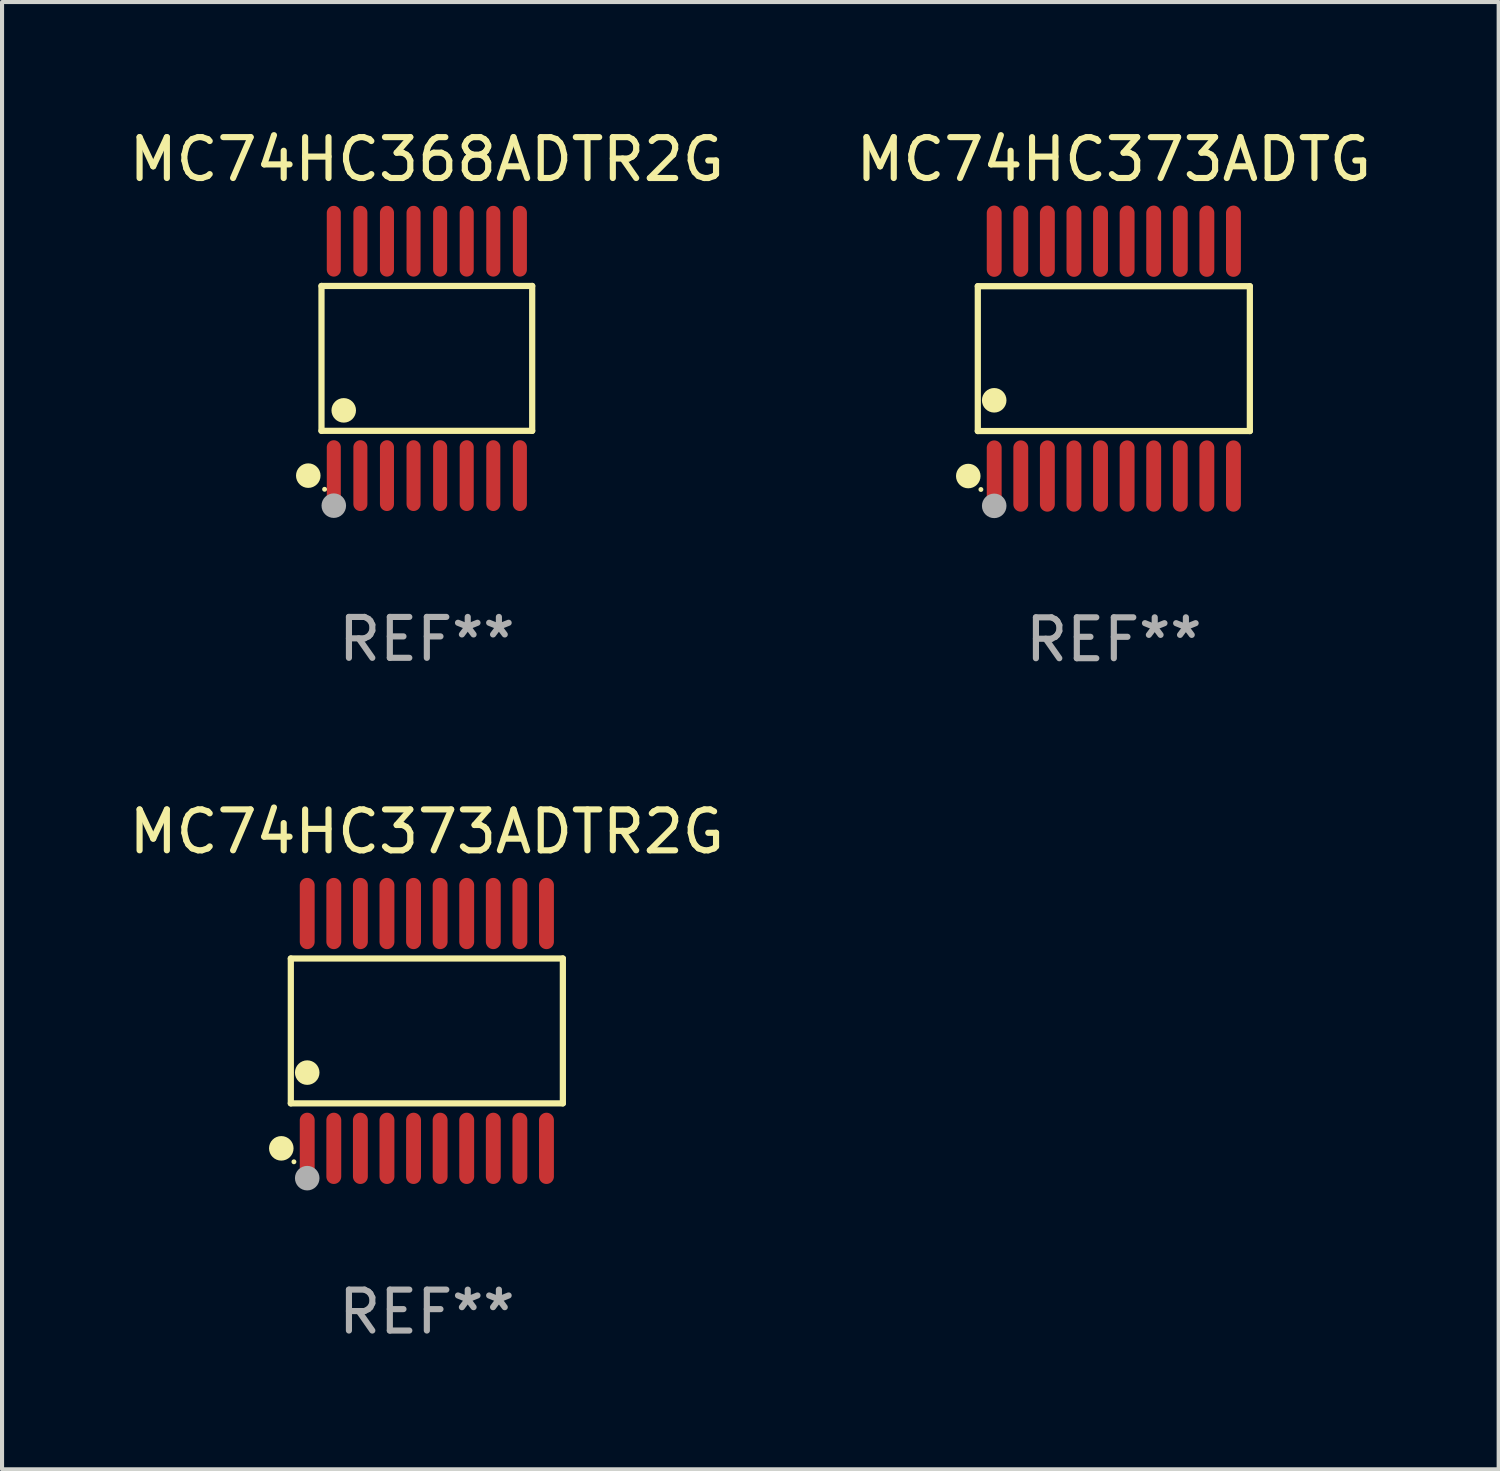
<source format=kicad_pcb>
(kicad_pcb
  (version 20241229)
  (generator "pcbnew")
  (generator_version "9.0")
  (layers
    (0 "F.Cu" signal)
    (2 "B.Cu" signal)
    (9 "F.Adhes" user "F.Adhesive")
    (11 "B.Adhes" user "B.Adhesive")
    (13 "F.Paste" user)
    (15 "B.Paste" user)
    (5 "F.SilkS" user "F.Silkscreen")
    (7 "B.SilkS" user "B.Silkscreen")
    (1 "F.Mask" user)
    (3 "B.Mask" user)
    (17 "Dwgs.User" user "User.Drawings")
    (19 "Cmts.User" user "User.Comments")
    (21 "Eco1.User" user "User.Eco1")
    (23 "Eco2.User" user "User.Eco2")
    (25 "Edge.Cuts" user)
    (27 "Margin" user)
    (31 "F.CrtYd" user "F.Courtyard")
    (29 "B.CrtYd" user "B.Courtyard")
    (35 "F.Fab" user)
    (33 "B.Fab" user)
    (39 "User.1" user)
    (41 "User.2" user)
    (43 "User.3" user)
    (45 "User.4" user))
  (footprint "MC74HC373ADTG"
    (layer "F.Cu")
    (at 24.185 5.719)
    (property "Reference" "MC74HC373ADTG" (at 0 -4.871 0) (layer "F.SilkS") (effects (font (size 1 1) (thickness 0.15))))
    (attr through_hole)
    (fp_line (start -3.326 -1.771) (end 3.326 -1.771) (stroke (width 0.152) (type solid)) (layer "F.SilkS"))
    (fp_line (start -3.326 1.771) (end -3.326 -1.771) (stroke (width 0.152) (type solid)) (layer "F.SilkS"))
    (fp_line (start 3.326 -1.771) (end 3.326 1.771) (stroke (width 0.152) (type solid)) (layer "F.SilkS"))
    (fp_line (start 3.326 1.771) (end -3.326 1.771) (stroke (width 0.152) (type solid)) (layer "F.SilkS"))
    (fp_circle (center -3.559 2.871) (end -3.409 2.871) (stroke (width 0.3) (type solid)) (fill no) (layer "F.SilkS"))
    (fp_circle (center -3.25 3.2) (end -3.22 3.2) (stroke (width 0.06) (type solid)) (fill no) (layer "F.SilkS"))
    (fp_circle (center -2.925 1.019) (end -2.775 1.019) (stroke (width 0.3) (type solid)) (fill no) (layer "F.SilkS"))
    (fp_circle (center -2.925 3.6) (end -2.775 3.6) (stroke (width 0.3) (type solid)) (fill no) (layer "F.Fab"))
    (fp_text user "REF**" (at 0 6.871 0) (layer "F.Fab") (effects (font (size 1 1) (thickness 0.15))))
    (pad "1" smd oval (at -2.925 2.871) (size 0.364 1.742) (layers "F.Cu" "F.Mask" "F.Paste"))
    (pad "2" smd oval (at -2.275 2.871) (size 0.364 1.742) (layers "F.Cu" "F.Mask" "F.Paste"))
    (pad "3" smd oval (at -1.625 2.871) (size 0.364 1.742) (layers "F.Cu" "F.Mask" "F.Paste"))
    (pad "4" smd oval (at -0.975 2.871) (size 0.364 1.742) (layers "F.Cu" "F.Mask" "F.Paste"))
    (pad "5" smd oval (at -0.325 2.871) (size 0.364 1.742) (layers "F.Cu" "F.Mask" "F.Paste"))
    (pad "6" smd oval (at 0.325 2.871) (size 0.364 1.742) (layers "F.Cu" "F.Mask" "F.Paste"))
    (pad "7" smd oval (at 0.975 2.871) (size 0.364 1.742) (layers "F.Cu" "F.Mask" "F.Paste"))
    (pad "8" smd oval (at 1.625 2.871) (size 0.364 1.742) (layers "F.Cu" "F.Mask" "F.Paste"))
    (pad "9" smd oval (at 2.275 2.871) (size 0.364 1.742) (layers "F.Cu" "F.Mask" "F.Paste"))
    (pad "10" smd oval (at 2.925 2.871) (size 0.364 1.742) (layers "F.Cu" "F.Mask" "F.Paste"))
    (pad "11" smd oval (at 2.925 -2.871) (size 0.364 1.742) (layers "F.Cu" "F.Mask" "F.Paste"))
    (pad "12" smd oval (at 2.275 -2.871) (size 0.364 1.742) (layers "F.Cu" "F.Mask" "F.Paste"))
    (pad "13" smd oval (at 1.625 -2.871) (size 0.364 1.742) (layers "F.Cu" "F.Mask" "F.Paste"))
    (pad "14" smd oval (at 0.975 -2.871) (size 0.364 1.742) (layers "F.Cu" "F.Mask" "F.Paste"))
    (pad "15" smd oval (at 0.325 -2.871) (size 0.364 1.742) (layers "F.Cu" "F.Mask" "F.Paste"))
    (pad "16" smd oval (at -0.325 -2.871) (size 0.364 1.742) (layers "F.Cu" "F.Mask" "F.Paste"))
    (pad "17" smd oval (at -0.975 -2.871) (size 0.364 1.742) (layers "F.Cu" "F.Mask" "F.Paste"))
    (pad "18" smd oval (at -1.625 -2.871) (size 0.364 1.742) (layers "F.Cu" "F.Mask" "F.Paste"))
    (pad "19" smd oval (at -2.275 -2.871) (size 0.364 1.742) (layers "F.Cu" "F.Mask" "F.Paste"))
    (pad "20" smd oval (at -2.925 -2.871) (size 0.364 1.742) (layers "F.Cu" "F.Mask" "F.Paste")))
  (footprint "MC74HC373ADTR2G"
    (layer "F.Cu")
    (at 7.387 22.158)
    (property "Reference" "MC74HC373ADTR2G" (at 0 -4.871 0) (layer "F.SilkS") (effects (font (size 1 1) (thickness 0.15))))
    (attr through_hole)
    (fp_line (start -3.326 -1.771) (end 3.326 -1.771) (stroke (width 0.152) (type solid)) (layer "F.SilkS"))
    (fp_line (start -3.326 1.771) (end -3.326 -1.771) (stroke (width 0.152) (type solid)) (layer "F.SilkS"))
    (fp_line (start 3.326 -1.771) (end 3.326 1.771) (stroke (width 0.152) (type solid)) (layer "F.SilkS"))
    (fp_line (start 3.326 1.771) (end -3.326 1.771) (stroke (width 0.152) (type solid)) (layer "F.SilkS"))
    (fp_circle (center -3.559 2.871) (end -3.409 2.871) (stroke (width 0.3) (type solid)) (fill no) (layer "F.SilkS"))
    (fp_circle (center -3.25 3.2) (end -3.22 3.2) (stroke (width 0.06) (type solid)) (fill no) (layer "F.SilkS"))
    (fp_circle (center -2.925 1.019) (end -2.775 1.019) (stroke (width 0.3) (type solid)) (fill no) (layer "F.SilkS"))
    (fp_circle (center -2.925 3.6) (end -2.775 3.6) (stroke (width 0.3) (type solid)) (fill no) (layer "F.Fab"))
    (fp_text user "REF**" (at 0 6.871 0) (layer "F.Fab") (effects (font (size 1 1) (thickness 0.15))))
    (pad "1" smd oval (at -2.925 2.871) (size 0.364 1.742) (layers "F.Cu" "F.Mask" "F.Paste"))
    (pad "2" smd oval (at -2.275 2.871) (size 0.364 1.742) (layers "F.Cu" "F.Mask" "F.Paste"))
    (pad "3" smd oval (at -1.625 2.871) (size 0.364 1.742) (layers "F.Cu" "F.Mask" "F.Paste"))
    (pad "4" smd oval (at -0.975 2.871) (size 0.364 1.742) (layers "F.Cu" "F.Mask" "F.Paste"))
    (pad "5" smd oval (at -0.325 2.871) (size 0.364 1.742) (layers "F.Cu" "F.Mask" "F.Paste"))
    (pad "6" smd oval (at 0.325 2.871) (size 0.364 1.742) (layers "F.Cu" "F.Mask" "F.Paste"))
    (pad "7" smd oval (at 0.975 2.871) (size 0.364 1.742) (layers "F.Cu" "F.Mask" "F.Paste"))
    (pad "8" smd oval (at 1.625 2.871) (size 0.364 1.742) (layers "F.Cu" "F.Mask" "F.Paste"))
    (pad "9" smd oval (at 2.275 2.871) (size 0.364 1.742) (layers "F.Cu" "F.Mask" "F.Paste"))
    (pad "10" smd oval (at 2.925 2.871) (size 0.364 1.742) (layers "F.Cu" "F.Mask" "F.Paste"))
    (pad "11" smd oval (at 2.925 -2.871) (size 0.364 1.742) (layers "F.Cu" "F.Mask" "F.Paste"))
    (pad "12" smd oval (at 2.275 -2.871) (size 0.364 1.742) (layers "F.Cu" "F.Mask" "F.Paste"))
    (pad "13" smd oval (at 1.625 -2.871) (size 0.364 1.742) (layers "F.Cu" "F.Mask" "F.Paste"))
    (pad "14" smd oval (at 0.975 -2.871) (size 0.364 1.742) (layers "F.Cu" "F.Mask" "F.Paste"))
    (pad "15" smd oval (at 0.325 -2.871) (size 0.364 1.742) (layers "F.Cu" "F.Mask" "F.Paste"))
    (pad "16" smd oval (at -0.325 -2.871) (size 0.364 1.742) (layers "F.Cu" "F.Mask" "F.Paste"))
    (pad "17" smd oval (at -0.975 -2.871) (size 0.364 1.742) (layers "F.Cu" "F.Mask" "F.Paste"))
    (pad "18" smd oval (at -1.625 -2.871) (size 0.364 1.742) (layers "F.Cu" "F.Mask" "F.Paste"))
    (pad "19" smd oval (at -2.275 -2.871) (size 0.364 1.742) (layers "F.Cu" "F.Mask" "F.Paste"))
    (pad "20" smd oval (at -2.925 -2.871) (size 0.364 1.742) (layers "F.Cu" "F.Mask" "F.Paste")))
  (footprint "MC74HC368ADTR2G"
    (layer "F.Cu")
    (at 7.387 5.714)
    (property "Reference" "MC74HC368ADTR2G" (at 0 -4.866 0) (layer "F.SilkS") (effects (font (size 1 1) (thickness 0.15))))
    (attr through_hole)
    (fp_line (start -2.576 -1.772) (end 2.576 -1.772) (stroke (width 0.152) (type solid)) (layer "F.SilkS"))
    (fp_line (start -2.576 1.771) (end -2.576 -1.772) (stroke (width 0.152) (type solid)) (layer "F.SilkS"))
    (fp_line (start 2.576 -1.772) (end 2.576 1.771) (stroke (width 0.152) (type solid)) (layer "F.SilkS"))
    (fp_line (start 2.576 1.771) (end -2.576 1.771) (stroke (width 0.152) (type solid)) (layer "F.SilkS"))
    (fp_circle (center -2.899 2.866) (end -2.749 2.866) (stroke (width 0.3) (type solid)) (fill no) (layer "F.SilkS"))
    (fp_circle (center -2.5 3.2) (end -2.47 3.2) (stroke (width 0.06) (type solid)) (fill no) (layer "F.SilkS"))
    (fp_circle (center -2.032 1.27) (end -1.882 1.27) (stroke (width 0.3) (type solid)) (fill no) (layer "F.SilkS"))
    (fp_circle (center -2.275 3.6) (end -2.125 3.6) (stroke (width 0.3) (type solid)) (fill no) (layer "F.Fab"))
    (fp_text user "REF**" (at 0 6.866 0) (layer "F.Fab") (effects (font (size 1 1) (thickness 0.15))))
    (pad "1" smd oval (at -2.275 2.866) (size 0.343 1.731) (layers "F.Cu" "F.Mask" "F.Paste"))
    (pad "2" smd oval (at -1.625 2.866) (size 0.343 1.731) (layers "F.Cu" "F.Mask" "F.Paste"))
    (pad "3" smd oval (at -0.975 2.866) (size 0.343 1.731) (layers "F.Cu" "F.Mask" "F.Paste"))
    (pad "4" smd oval (at -0.325 2.866) (size 0.343 1.731) (layers "F.Cu" "F.Mask" "F.Paste"))
    (pad "5" smd oval (at 0.325 2.866) (size 0.343 1.731) (layers "F.Cu" "F.Mask" "F.Paste"))
    (pad "6" smd oval (at 0.975 2.866) (size 0.343 1.731) (layers "F.Cu" "F.Mask" "F.Paste"))
    (pad "7" smd oval (at 1.625 2.866) (size 0.343 1.731) (layers "F.Cu" "F.Mask" "F.Paste"))
    (pad "8" smd oval (at 2.275 2.866) (size 0.343 1.731) (layers "F.Cu" "F.Mask" "F.Paste"))
    (pad "9" smd oval (at 2.275 -2.866) (size 0.343 1.731) (layers "F.Cu" "F.Mask" "F.Paste"))
    (pad "10" smd oval (at 1.625 -2.866) (size 0.343 1.731) (layers "F.Cu" "F.Mask" "F.Paste"))
    (pad "11" smd oval (at 0.975 -2.866) (size 0.343 1.731) (layers "F.Cu" "F.Mask" "F.Paste"))
    (pad "12" smd oval (at 0.325 -2.866) (size 0.343 1.731) (layers "F.Cu" "F.Mask" "F.Paste"))
    (pad "13" smd oval (at -0.325 -2.866) (size 0.343 1.731) (layers "F.Cu" "F.Mask" "F.Paste"))
    (pad "14" smd oval (at -0.975 -2.866) (size 0.343 1.731) (layers "F.Cu" "F.Mask" "F.Paste"))
    (pad "15" smd oval (at -1.625 -2.866) (size 0.343 1.731) (layers "F.Cu" "F.Mask" "F.Paste"))
    (pad "16" smd oval (at -2.275 -2.866) (size 0.343 1.731) (layers "F.Cu" "F.Mask" "F.Paste")))
  (gr_rect
    (start -3 -3)
    (end 33.595 32.877)
    (stroke (width 0.1) (type default))
    (fill no)
    (layer "Edge.Cuts")))
</source>
